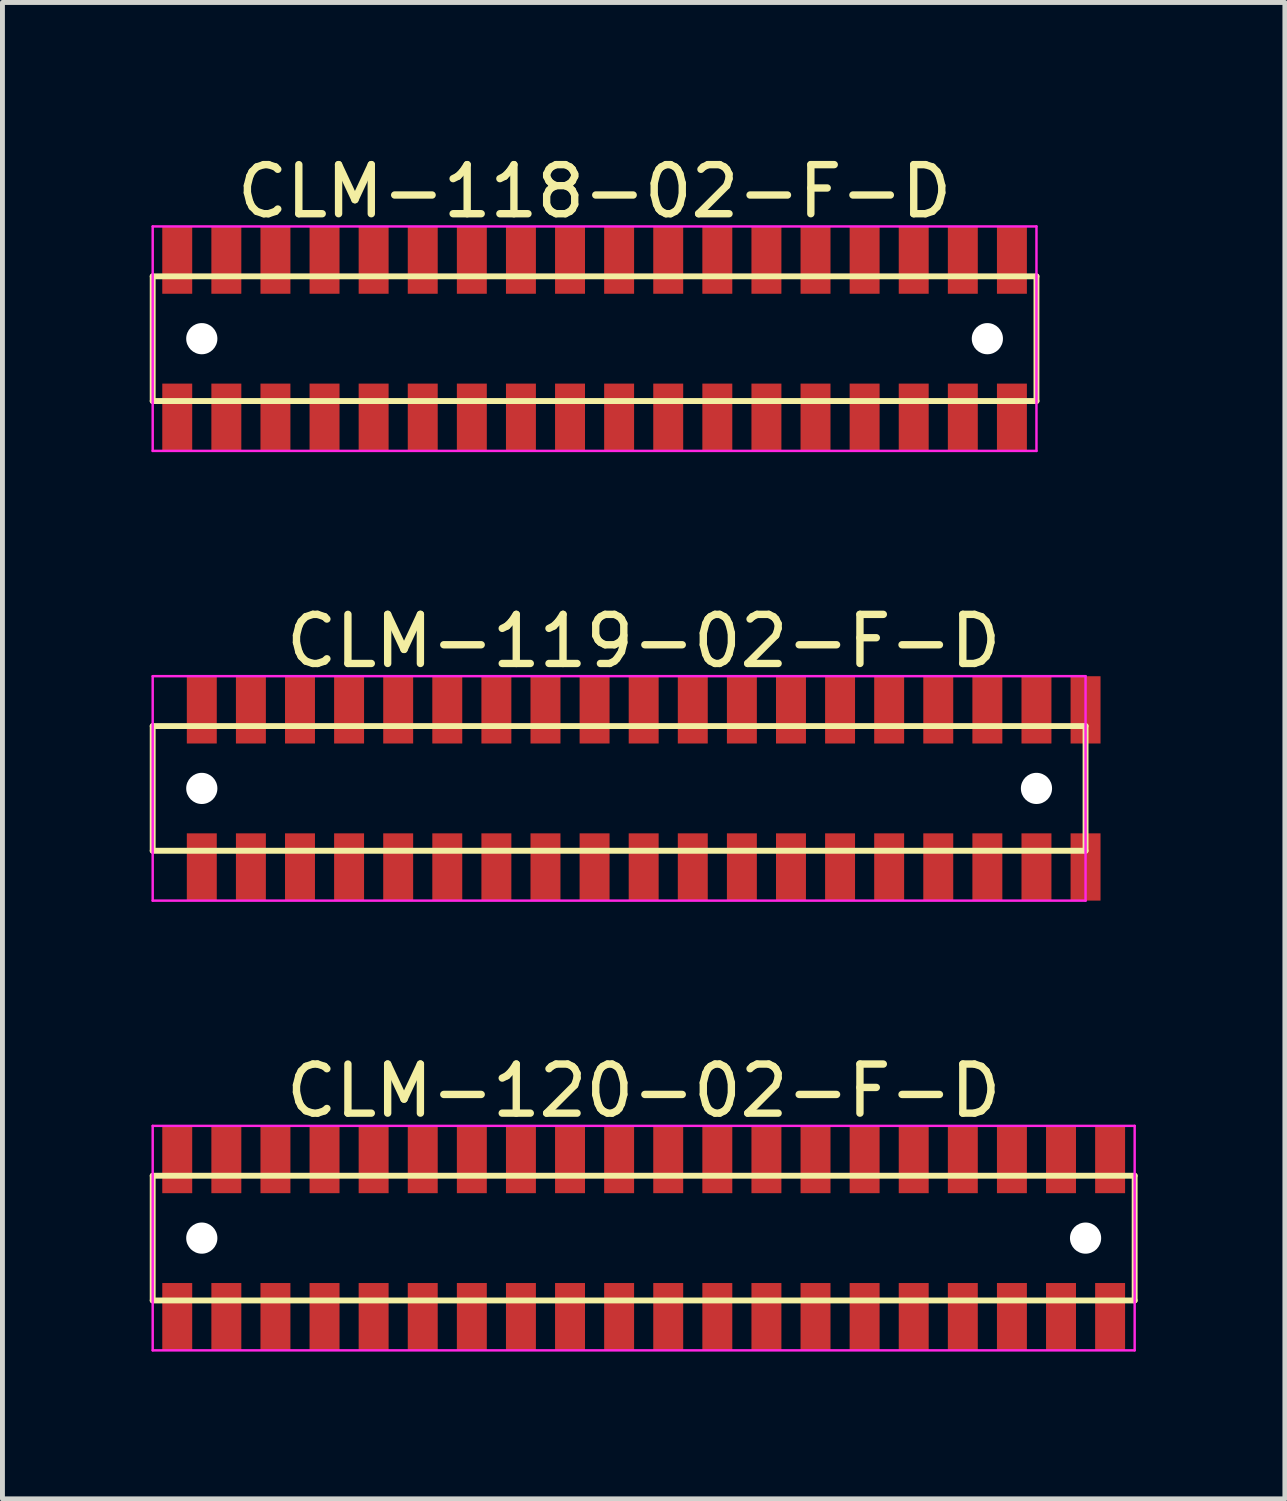
<source format=kicad_pcb>
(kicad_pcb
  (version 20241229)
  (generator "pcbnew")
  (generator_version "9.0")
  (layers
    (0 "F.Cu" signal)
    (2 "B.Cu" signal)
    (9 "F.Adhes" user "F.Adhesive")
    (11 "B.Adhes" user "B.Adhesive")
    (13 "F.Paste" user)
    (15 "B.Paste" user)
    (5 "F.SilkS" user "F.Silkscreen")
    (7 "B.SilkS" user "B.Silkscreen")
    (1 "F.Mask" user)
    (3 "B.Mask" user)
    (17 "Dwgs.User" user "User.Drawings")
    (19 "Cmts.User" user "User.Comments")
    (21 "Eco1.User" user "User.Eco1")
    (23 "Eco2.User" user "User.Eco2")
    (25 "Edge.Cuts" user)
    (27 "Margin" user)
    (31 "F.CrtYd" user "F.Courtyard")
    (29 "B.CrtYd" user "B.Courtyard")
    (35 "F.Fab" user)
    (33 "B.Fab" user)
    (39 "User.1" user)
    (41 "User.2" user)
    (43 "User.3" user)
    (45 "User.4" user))
  (footprint "CLM-120-02-F-D"
    (layer "F.Cu")
    (at 10.06 22.167)
    (property "Reference" "CLM-120-02-F-D" (at 0 -3 0) (layer "F.SilkS") (effects (font (size 1 1) (thickness 0.15))))
    (attr through_hole)
    (fp_line (start -10 -1.27) (end -10 1.27) (stroke (width 0.12) (type solid)) (layer "F.SilkS"))
    (fp_line (start -10 1.27) (end 10 1.27) (stroke (width 0.12) (type solid)) (layer "F.SilkS"))
    (fp_line (start 10 -1.27) (end -10 -1.27) (stroke (width 0.12) (type solid)) (layer "F.SilkS"))
    (fp_line (start 10 1.27) (end 10 -1.27) (stroke (width 0.12) (type solid)) (layer "F.SilkS"))
    (fp_line (start -10 -2.286) (end -10 2.286) (stroke (width 0.05) (type solid)) (layer "F.CrtYd"))
    (fp_line (start -10 2.286) (end 10 2.286) (stroke (width 0.05) (type solid)) (layer "F.CrtYd"))
    (fp_line (start 10 -2.286) (end -10 -2.286) (stroke (width 0.05) (type solid)) (layer "F.CrtYd"))
    (fp_line (start 10 2.286) (end 10 -2.286) (stroke (width 0.05) (type solid)) (layer "F.CrtYd"))
    (pad "" np_thru_hole circle (at -9 0) (size 0.635 0.635) (drill 0.635) (layers "*.Cu" "*.Mask"))
    (pad "" np_thru_hole circle (at 9 0) (size 0.635 0.635) (drill 0.635) (layers "*.Cu" "*.Mask"))
    (pad "1" smd rect (at -9.5 -1.6) (size 0.61 1.37) (layers "F.Cu" "F.Mask" "F.Paste"))
    (pad "2" smd rect (at -9.5 1.6) (size 0.61 1.37) (layers "F.Cu" "F.Mask" "F.Paste"))
    (pad "3" smd rect (at -8.5 -1.6) (size 0.61 1.37) (layers "F.Cu" "F.Mask" "F.Paste"))
    (pad "4" smd rect (at -8.5 1.6) (size 0.61 1.37) (layers "F.Cu" "F.Mask" "F.Paste"))
    (pad "5" smd rect (at -7.5 -1.6) (size 0.61 1.37) (layers "F.Cu" "F.Mask" "F.Paste"))
    (pad "6" smd rect (at -7.5 1.6) (size 0.61 1.37) (layers "F.Cu" "F.Mask" "F.Paste"))
    (pad "7" smd rect (at -6.5 -1.6) (size 0.61 1.37) (layers "F.Cu" "F.Mask" "F.Paste"))
    (pad "8" smd rect (at -6.5 1.6) (size 0.61 1.37) (layers "F.Cu" "F.Mask" "F.Paste"))
    (pad "9" smd rect (at -5.5 -1.6) (size 0.61 1.37) (layers "F.Cu" "F.Mask" "F.Paste"))
    (pad "10" smd rect (at -5.5 1.6) (size 0.61 1.37) (layers "F.Cu" "F.Mask" "F.Paste"))
    (pad "11" smd rect (at -4.5 -1.6) (size 0.61 1.37) (layers "F.Cu" "F.Mask" "F.Paste"))
    (pad "12" smd rect (at -4.5 1.6) (size 0.61 1.37) (layers "F.Cu" "F.Mask" "F.Paste"))
    (pad "13" smd rect (at -3.5 -1.6) (size 0.61 1.37) (layers "F.Cu" "F.Mask" "F.Paste"))
    (pad "14" smd rect (at -3.5 1.6) (size 0.61 1.37) (layers "F.Cu" "F.Mask" "F.Paste"))
    (pad "15" smd rect (at -2.5 -1.6) (size 0.61 1.37) (layers "F.Cu" "F.Mask" "F.Paste"))
    (pad "16" smd rect (at -2.5 1.6) (size 0.61 1.37) (layers "F.Cu" "F.Mask" "F.Paste"))
    (pad "17" smd rect (at -1.5 -1.6) (size 0.61 1.37) (layers "F.Cu" "F.Mask" "F.Paste"))
    (pad "18" smd rect (at -1.5 1.6) (size 0.61 1.37) (layers "F.Cu" "F.Mask" "F.Paste"))
    (pad "19" smd rect (at -0.5 -1.6) (size 0.61 1.37) (layers "F.Cu" "F.Mask" "F.Paste"))
    (pad "20" smd rect (at -0.5 1.6) (size 0.61 1.37) (layers "F.Cu" "F.Mask" "F.Paste"))
    (pad "21" smd rect (at 0.5 -1.6) (size 0.61 1.37) (layers "F.Cu" "F.Mask" "F.Paste"))
    (pad "22" smd rect (at 0.5 1.6) (size 0.61 1.37) (layers "F.Cu" "F.Mask" "F.Paste"))
    (pad "23" smd rect (at 1.5 -1.6) (size 0.61 1.37) (layers "F.Cu" "F.Mask" "F.Paste"))
    (pad "24" smd rect (at 1.5 1.6) (size 0.61 1.37) (layers "F.Cu" "F.Mask" "F.Paste"))
    (pad "25" smd rect (at 2.5 -1.6) (size 0.61 1.37) (layers "F.Cu" "F.Mask" "F.Paste"))
    (pad "26" smd rect (at 2.5 1.6) (size 0.61 1.37) (layers "F.Cu" "F.Mask" "F.Paste"))
    (pad "27" smd rect (at 3.5 -1.6) (size 0.61 1.37) (layers "F.Cu" "F.Mask" "F.Paste"))
    (pad "28" smd rect (at 3.5 1.6) (size 0.61 1.37) (layers "F.Cu" "F.Mask" "F.Paste"))
    (pad "29" smd rect (at 4.5 -1.6) (size 0.61 1.37) (layers "F.Cu" "F.Mask" "F.Paste"))
    (pad "30" smd rect (at 4.5 1.6) (size 0.61 1.37) (layers "F.Cu" "F.Mask" "F.Paste"))
    (pad "31" smd rect (at 5.5 -1.6) (size 0.61 1.37) (layers "F.Cu" "F.Mask" "F.Paste"))
    (pad "32" smd rect (at 5.5 1.6) (size 0.61 1.37) (layers "F.Cu" "F.Mask" "F.Paste"))
    (pad "33" smd rect (at 6.5 -1.6) (size 0.61 1.37) (layers "F.Cu" "F.Mask" "F.Paste"))
    (pad "34" smd rect (at 6.5 1.6) (size 0.61 1.37) (layers "F.Cu" "F.Mask" "F.Paste"))
    (pad "35" smd rect (at 7.5 -1.6) (size 0.61 1.37) (layers "F.Cu" "F.Mask" "F.Paste"))
    (pad "36" smd rect (at 7.5 1.6) (size 0.61 1.37) (layers "F.Cu" "F.Mask" "F.Paste"))
    (pad "37" smd rect (at 8.5 -1.6) (size 0.61 1.37) (layers "F.Cu" "F.Mask" "F.Paste"))
    (pad "38" smd rect (at 8.5 1.6) (size 0.61 1.37) (layers "F.Cu" "F.Mask" "F.Paste"))
    (pad "39" smd rect (at 9.5 -1.6) (size 0.61 1.37) (layers "F.Cu" "F.Mask" "F.Paste"))
    (pad "40" smd rect (at 9.5 1.6) (size 0.61 1.37) (layers "F.Cu" "F.Mask" "F.Paste")))
  (footprint "CLM-119-02-F-D"
    (layer "F.Cu")
    (at 10.06 13.008)
    (property "Reference" "CLM-119-02-F-D" (at 0 -3 0) (layer "F.SilkS") (effects (font (size 1 1) (thickness 0.15))))
    (attr through_hole)
    (fp_line (start -10 -1.27) (end -10 1.27) (stroke (width 0.12) (type solid)) (layer "F.SilkS"))
    (fp_line (start -10 1.27) (end 9 1.27) (stroke (width 0.12) (type solid)) (layer "F.SilkS"))
    (fp_line (start 9 -1.27) (end -10 -1.27) (stroke (width 0.12) (type solid)) (layer "F.SilkS"))
    (fp_line (start 9 1.27) (end 9 -1.27) (stroke (width 0.12) (type solid)) (layer "F.SilkS"))
    (fp_line (start -10 -2.286) (end -10 2.286) (stroke (width 0.05) (type solid)) (layer "F.CrtYd"))
    (fp_line (start -10 2.286) (end 9 2.286) (stroke (width 0.05) (type solid)) (layer "F.CrtYd"))
    (fp_line (start 9 -2.286) (end -10 -2.286) (stroke (width 0.05) (type solid)) (layer "F.CrtYd"))
    (fp_line (start 9 2.286) (end 9 -2.286) (stroke (width 0.05) (type solid)) (layer "F.CrtYd"))
    (pad "" np_thru_hole circle (at -9 0) (size 0.635 0.635) (drill 0.635) (layers "*.Cu" "*.Mask"))
    (pad "" np_thru_hole circle (at 8 0) (size 0.635 0.635) (drill 0.635) (layers "*.Cu" "*.Mask"))
    (pad "1" smd rect (at -9 -1.6) (size 0.61 1.37) (layers "F.Cu" "F.Mask" "F.Paste"))
    (pad "2" smd rect (at -9 1.6) (size 0.61 1.37) (layers "F.Cu" "F.Mask" "F.Paste"))
    (pad "3" smd rect (at -8 -1.6) (size 0.61 1.37) (layers "F.Cu" "F.Mask" "F.Paste"))
    (pad "4" smd rect (at -8 1.6) (size 0.61 1.37) (layers "F.Cu" "F.Mask" "F.Paste"))
    (pad "5" smd rect (at -7 -1.6) (size 0.61 1.37) (layers "F.Cu" "F.Mask" "F.Paste"))
    (pad "6" smd rect (at -7 1.6) (size 0.61 1.37) (layers "F.Cu" "F.Mask" "F.Paste"))
    (pad "7" smd rect (at -6 -1.6) (size 0.61 1.37) (layers "F.Cu" "F.Mask" "F.Paste"))
    (pad "8" smd rect (at -6 1.6) (size 0.61 1.37) (layers "F.Cu" "F.Mask" "F.Paste"))
    (pad "9" smd rect (at -5 -1.6) (size 0.61 1.37) (layers "F.Cu" "F.Mask" "F.Paste"))
    (pad "10" smd rect (at -5 1.6) (size 0.61 1.37) (layers "F.Cu" "F.Mask" "F.Paste"))
    (pad "11" smd rect (at -4 -1.6) (size 0.61 1.37) (layers "F.Cu" "F.Mask" "F.Paste"))
    (pad "12" smd rect (at -4 1.6) (size 0.61 1.37) (layers "F.Cu" "F.Mask" "F.Paste"))
    (pad "13" smd rect (at -3 -1.6) (size 0.61 1.37) (layers "F.Cu" "F.Mask" "F.Paste"))
    (pad "14" smd rect (at -3 1.6) (size 0.61 1.37) (layers "F.Cu" "F.Mask" "F.Paste"))
    (pad "15" smd rect (at -2 -1.6) (size 0.61 1.37) (layers "F.Cu" "F.Mask" "F.Paste"))
    (pad "16" smd rect (at -2 1.6) (size 0.61 1.37) (layers "F.Cu" "F.Mask" "F.Paste"))
    (pad "17" smd rect (at -1 -1.6) (size 0.61 1.37) (layers "F.Cu" "F.Mask" "F.Paste"))
    (pad "18" smd rect (at -1 1.6) (size 0.61 1.37) (layers "F.Cu" "F.Mask" "F.Paste"))
    (pad "19" smd rect (at 0 -1.6) (size 0.61 1.37) (layers "F.Cu" "F.Mask" "F.Paste"))
    (pad "20" smd rect (at 0 1.6) (size 0.61 1.37) (layers "F.Cu" "F.Mask" "F.Paste"))
    (pad "21" smd rect (at 1 -1.6) (size 0.61 1.37) (layers "F.Cu" "F.Mask" "F.Paste"))
    (pad "22" smd rect (at 1 1.6) (size 0.61 1.37) (layers "F.Cu" "F.Mask" "F.Paste"))
    (pad "23" smd rect (at 2 -1.6) (size 0.61 1.37) (layers "F.Cu" "F.Mask" "F.Paste"))
    (pad "24" smd rect (at 2 1.6) (size 0.61 1.37) (layers "F.Cu" "F.Mask" "F.Paste"))
    (pad "25" smd rect (at 3 -1.6) (size 0.61 1.37) (layers "F.Cu" "F.Mask" "F.Paste"))
    (pad "26" smd rect (at 3 1.6) (size 0.61 1.37) (layers "F.Cu" "F.Mask" "F.Paste"))
    (pad "27" smd rect (at 4 -1.6) (size 0.61 1.37) (layers "F.Cu" "F.Mask" "F.Paste"))
    (pad "28" smd rect (at 4 1.6) (size 0.61 1.37) (layers "F.Cu" "F.Mask" "F.Paste"))
    (pad "29" smd rect (at 5 -1.6) (size 0.61 1.37) (layers "F.Cu" "F.Mask" "F.Paste"))
    (pad "30" smd rect (at 5 1.6) (size 0.61 1.37) (layers "F.Cu" "F.Mask" "F.Paste"))
    (pad "31" smd rect (at 6 -1.6) (size 0.61 1.37) (layers "F.Cu" "F.Mask" "F.Paste"))
    (pad "32" smd rect (at 6 1.6) (size 0.61 1.37) (layers "F.Cu" "F.Mask" "F.Paste"))
    (pad "33" smd rect (at 7 -1.6) (size 0.61 1.37) (layers "F.Cu" "F.Mask" "F.Paste"))
    (pad "34" smd rect (at 7 1.6) (size 0.61 1.37) (layers "F.Cu" "F.Mask" "F.Paste"))
    (pad "35" smd rect (at 8 -1.6) (size 0.61 1.37) (layers "F.Cu" "F.Mask" "F.Paste"))
    (pad "36" smd rect (at 8 1.6) (size 0.61 1.37) (layers "F.Cu" "F.Mask" "F.Paste"))
    (pad "37" smd rect (at 9 -1.6) (size 0.61 1.37) (layers "F.Cu" "F.Mask" "F.Paste"))
    (pad "38" smd rect (at 9 1.6) (size 0.61 1.37) (layers "F.Cu" "F.Mask" "F.Paste")))
  (footprint "CLM-118-02-F-D"
    (layer "F.Cu")
    (at 9.06 3.848)
    (property "Reference" "CLM-118-02-F-D" (at 0 -3 0) (layer "F.SilkS") (effects (font (size 1 1) (thickness 0.15))))
    (attr through_hole)
    (fp_line (start -9 -1.27) (end -9 1.27) (stroke (width 0.12) (type solid)) (layer "F.SilkS"))
    (fp_line (start -9 1.27) (end 9 1.27) (stroke (width 0.12) (type solid)) (layer "F.SilkS"))
    (fp_line (start 9 -1.27) (end -9 -1.27) (stroke (width 0.12) (type solid)) (layer "F.SilkS"))
    (fp_line (start 9 1.27) (end 9 -1.27) (stroke (width 0.12) (type solid)) (layer "F.SilkS"))
    (fp_line (start -9 -2.286) (end -9 2.286) (stroke (width 0.05) (type solid)) (layer "F.CrtYd"))
    (fp_line (start -9 2.286) (end 9 2.286) (stroke (width 0.05) (type solid)) (layer "F.CrtYd"))
    (fp_line (start 9 -2.286) (end -9 -2.286) (stroke (width 0.05) (type solid)) (layer "F.CrtYd"))
    (fp_line (start 9 2.286) (end 9 -2.286) (stroke (width 0.05) (type solid)) (layer "F.CrtYd"))
    (pad "" np_thru_hole circle (at -8 0) (size 0.635 0.635) (drill 0.635) (layers "*.Cu" "*.Mask"))
    (pad "" np_thru_hole circle (at 8 0) (size 0.635 0.635) (drill 0.635) (layers "*.Cu" "*.Mask"))
    (pad "1" smd rect (at -8.5 -1.6) (size 0.61 1.37) (layers "F.Cu" "F.Mask" "F.Paste"))
    (pad "2" smd rect (at -8.5 1.6) (size 0.61 1.37) (layers "F.Cu" "F.Mask" "F.Paste"))
    (pad "3" smd rect (at -7.5 -1.6) (size 0.61 1.37) (layers "F.Cu" "F.Mask" "F.Paste"))
    (pad "4" smd rect (at -7.5 1.6) (size 0.61 1.37) (layers "F.Cu" "F.Mask" "F.Paste"))
    (pad "5" smd rect (at -6.5 -1.6) (size 0.61 1.37) (layers "F.Cu" "F.Mask" "F.Paste"))
    (pad "6" smd rect (at -6.5 1.6) (size 0.61 1.37) (layers "F.Cu" "F.Mask" "F.Paste"))
    (pad "7" smd rect (at -5.5 -1.6) (size 0.61 1.37) (layers "F.Cu" "F.Mask" "F.Paste"))
    (pad "8" smd rect (at -5.5 1.6) (size 0.61 1.37) (layers "F.Cu" "F.Mask" "F.Paste"))
    (pad "9" smd rect (at -4.5 -1.6) (size 0.61 1.37) (layers "F.Cu" "F.Mask" "F.Paste"))
    (pad "10" smd rect (at -4.5 1.6) (size 0.61 1.37) (layers "F.Cu" "F.Mask" "F.Paste"))
    (pad "11" smd rect (at -3.5 -1.6) (size 0.61 1.37) (layers "F.Cu" "F.Mask" "F.Paste"))
    (pad "12" smd rect (at -3.5 1.6) (size 0.61 1.37) (layers "F.Cu" "F.Mask" "F.Paste"))
    (pad "13" smd rect (at -2.5 -1.6) (size 0.61 1.37) (layers "F.Cu" "F.Mask" "F.Paste"))
    (pad "14" smd rect (at -2.5 1.6) (size 0.61 1.37) (layers "F.Cu" "F.Mask" "F.Paste"))
    (pad "15" smd rect (at -1.5 -1.6) (size 0.61 1.37) (layers "F.Cu" "F.Mask" "F.Paste"))
    (pad "16" smd rect (at -1.5 1.6) (size 0.61 1.37) (layers "F.Cu" "F.Mask" "F.Paste"))
    (pad "17" smd rect (at -0.5 -1.6) (size 0.61 1.37) (layers "F.Cu" "F.Mask" "F.Paste"))
    (pad "18" smd rect (at -0.5 1.6) (size 0.61 1.37) (layers "F.Cu" "F.Mask" "F.Paste"))
    (pad "19" smd rect (at 0.5 -1.6) (size 0.61 1.37) (layers "F.Cu" "F.Mask" "F.Paste"))
    (pad "20" smd rect (at 0.5 1.6) (size 0.61 1.37) (layers "F.Cu" "F.Mask" "F.Paste"))
    (pad "21" smd rect (at 1.5 -1.6) (size 0.61 1.37) (layers "F.Cu" "F.Mask" "F.Paste"))
    (pad "22" smd rect (at 1.5 1.6) (size 0.61 1.37) (layers "F.Cu" "F.Mask" "F.Paste"))
    (pad "23" smd rect (at 2.5 -1.6) (size 0.61 1.37) (layers "F.Cu" "F.Mask" "F.Paste"))
    (pad "24" smd rect (at 2.5 1.6) (size 0.61 1.37) (layers "F.Cu" "F.Mask" "F.Paste"))
    (pad "25" smd rect (at 3.5 -1.6) (size 0.61 1.37) (layers "F.Cu" "F.Mask" "F.Paste"))
    (pad "26" smd rect (at 3.5 1.6) (size 0.61 1.37) (layers "F.Cu" "F.Mask" "F.Paste"))
    (pad "27" smd rect (at 4.5 -1.6) (size 0.61 1.37) (layers "F.Cu" "F.Mask" "F.Paste"))
    (pad "28" smd rect (at 4.5 1.6) (size 0.61 1.37) (layers "F.Cu" "F.Mask" "F.Paste"))
    (pad "29" smd rect (at 5.5 -1.6) (size 0.61 1.37) (layers "F.Cu" "F.Mask" "F.Paste"))
    (pad "30" smd rect (at 5.5 1.6) (size 0.61 1.37) (layers "F.Cu" "F.Mask" "F.Paste"))
    (pad "31" smd rect (at 6.5 -1.6) (size 0.61 1.37) (layers "F.Cu" "F.Mask" "F.Paste"))
    (pad "32" smd rect (at 6.5 1.6) (size 0.61 1.37) (layers "F.Cu" "F.Mask" "F.Paste"))
    (pad "33" smd rect (at 7.5 -1.6) (size 0.61 1.37) (layers "F.Cu" "F.Mask" "F.Paste"))
    (pad "34" smd rect (at 7.5 1.6) (size 0.61 1.37) (layers "F.Cu" "F.Mask" "F.Paste"))
    (pad "35" smd rect (at 8.5 -1.6) (size 0.61 1.37) (layers "F.Cu" "F.Mask" "F.Paste"))
    (pad "36" smd rect (at 8.5 1.6) (size 0.61 1.37) (layers "F.Cu" "F.Mask" "F.Paste")))
  (gr_rect
    (start -3 -3)
    (end 23.12 27.478)
    (stroke (width 0.1) (type default))
    (fill no)
    (layer "Edge.Cuts")))
</source>
